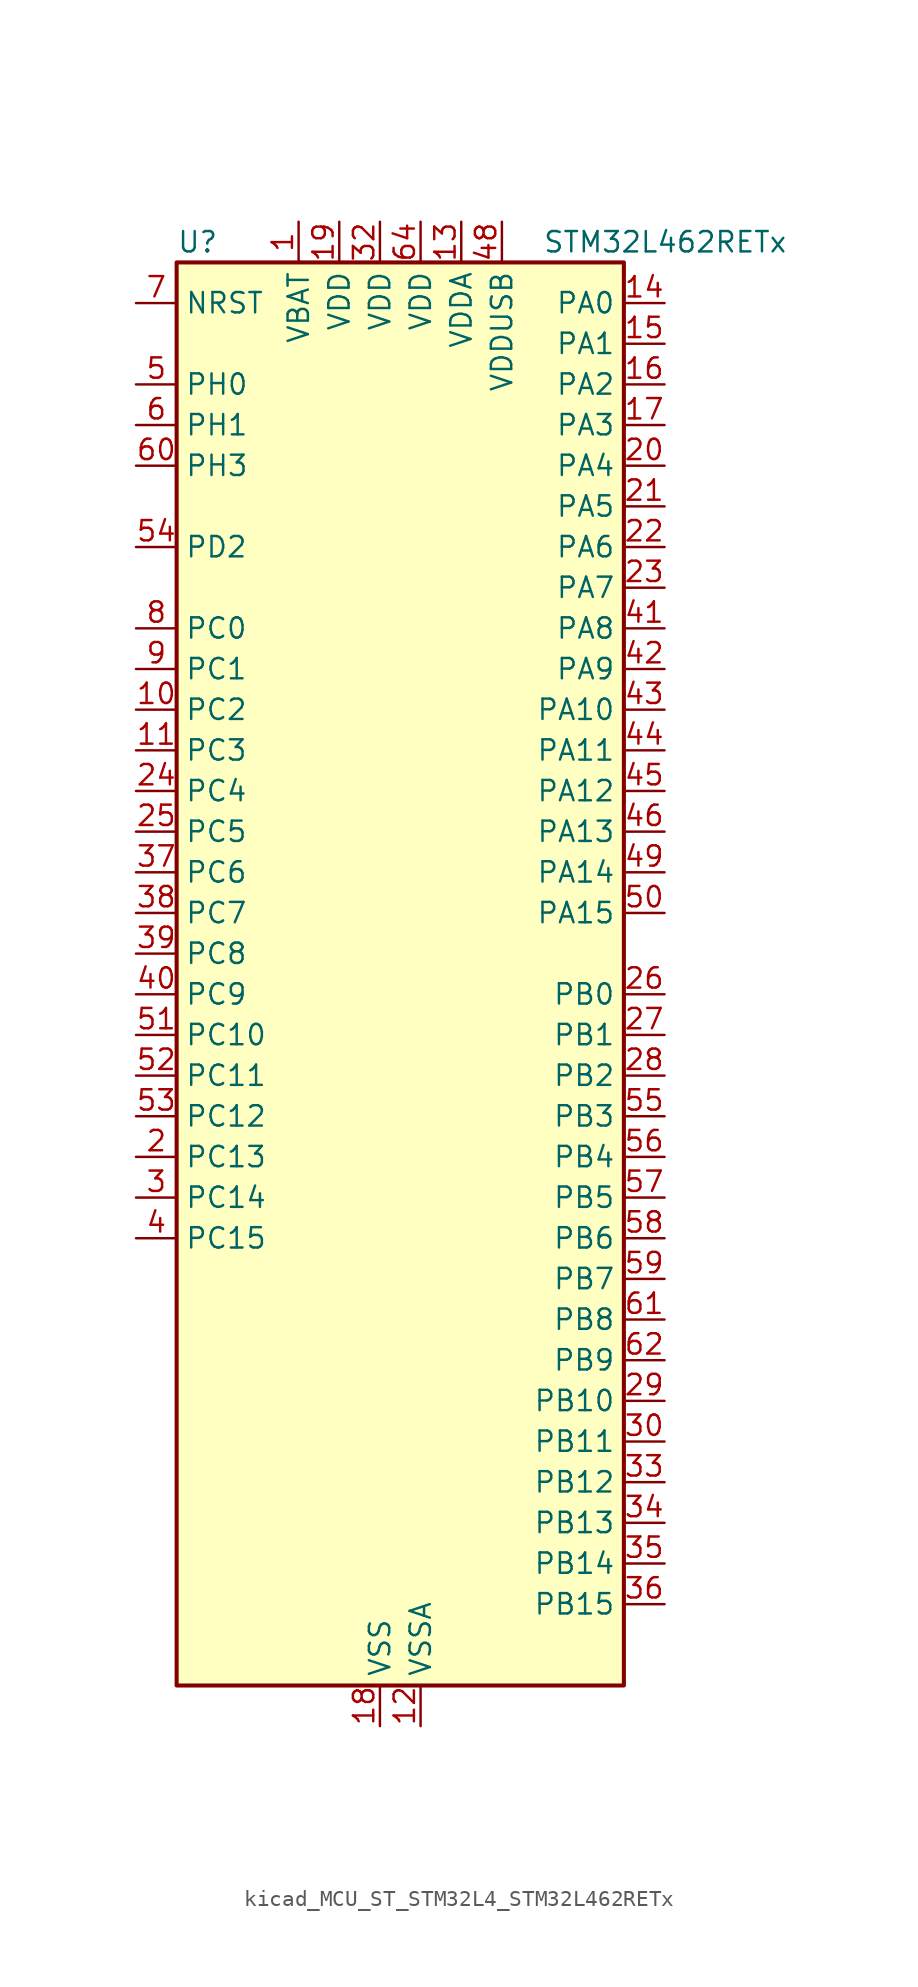
<source format=kicad_sym>
(kicad_symbol_lib
  (version 20220914)
  (generator kicad_symbol_editor)
  (symbol "kicad_MCU_ST_STM32L4_STM32L462RETx"
    (property "Reference" "U"
      (at -12.7 46.99 0)
      (effects (font (size 1.27 1.27)) (justify left)))
    (property "Value" "STM32L462RETx"
      (at 10.16 46.99 0)
      (effects (font (size 1.27 1.27)) (justify left)))
    (property "ki_locked" ""
      (at 0 0 0)
      (effects (font (size 1.27 1.27))))
    (symbol "kicad_MCU_ST_STM32L4_STM32L462RETx_0_1"
      (rectangle (start -12.7 -43.18) (end 15.24 45.72) (stroke (width 0.254) (type default)) (fill (type background))))
    (symbol "kicad_MCU_ST_STM32L4_STM32L462RETx_1_1"
      (pin power_in line (at -5.08 48.26 270) (length 2.54) (name "VBAT" (effects (font (size 1.27 1.27)))) (number "1" (effects (font (size 1.27 1.27)))))
      (pin bidirectional line (at -15.24 17.78 0) (length 2.54) (name "PC2" (effects (font (size 1.27 1.27)))) (number "10" (effects (font (size 1.27 1.27)))) (alternate "ADC1_IN3" bidirectional line) (alternate "DFSDM1_CKOUT" bidirectional line) (alternate "LPTIM1_IN2" bidirectional line) (alternate "SPI2_MISO" bidirectional line))
      (pin bidirectional line (at -15.24 15.24 0) (length 2.54) (name "PC3" (effects (font (size 1.27 1.27)))) (number "11" (effects (font (size 1.27 1.27)))) (alternate "ADC1_IN4" bidirectional line) (alternate "LPTIM1_ETR" bidirectional line) (alternate "LPTIM2_ETR" bidirectional line) (alternate "SAI1_SD_A" bidirectional line) (alternate "SPI2_MOSI" bidirectional line))
      (pin power_in line (at 2.54 -45.72 90) (length 2.54) (name "VSSA" (effects (font (size 1.27 1.27)))) (number "12" (effects (font (size 1.27 1.27)))))
      (pin power_in line (at 5.08 48.26 270) (length 2.54) (name "VDDA" (effects (font (size 1.27 1.27)))) (number "13" (effects (font (size 1.27 1.27)))))
      (pin bidirectional line (at 17.78 43.18 180) (length 2.54) (name "PA0" (effects (font (size 1.27 1.27)))) (number "14" (effects (font (size 1.27 1.27)))) (alternate "ADC1_IN5" bidirectional line) (alternate "COMP1_INM" bidirectional line) (alternate "COMP1_OUT" bidirectional line) (alternate "OPAMP1_VINP" bidirectional line) (alternate "RTC_TAMP2" bidirectional line) (alternate "SAI1_EXTCLK" bidirectional line) (alternate "SYS_WKUP1" bidirectional line) (alternate "TIM2_CH1" bidirectional line) (alternate "TIM2_ETR" bidirectional line) (alternate "UART4_TX" bidirectional line) (alternate "USART2_CTS" bidirectional line))
      (pin bidirectional line (at 17.78 40.64 180) (length 2.54) (name "PA1" (effects (font (size 1.27 1.27)))) (number "15" (effects (font (size 1.27 1.27)))) (alternate "ADC1_IN6" bidirectional line) (alternate "COMP1_INP" bidirectional line) (alternate "I2C1_SMBA" bidirectional line) (alternate "OPAMP1_VINM" bidirectional line) (alternate "SPI1_SCK" bidirectional line) (alternate "TIM15_CH1N" bidirectional line) (alternate "TIM2_CH2" bidirectional line) (alternate "UART4_RX" bidirectional line) (alternate "USART2_DE" bidirectional line) (alternate "USART2_RTS" bidirectional line))
      (pin bidirectional line (at 17.78 38.1 180) (length 2.54) (name "PA2" (effects (font (size 1.27 1.27)))) (number "16" (effects (font (size 1.27 1.27)))) (alternate "ADC1_IN7" bidirectional line) (alternate "COMP2_INM" bidirectional line) (alternate "COMP2_OUT" bidirectional line) (alternate "LPUART1_TX" bidirectional line) (alternate "QUADSPI_BK1_NCS" bidirectional line) (alternate "RCC_LSCO" bidirectional line) (alternate "SYS_WKUP4" bidirectional line) (alternate "TIM15_CH1" bidirectional line) (alternate "TIM2_CH3" bidirectional line) (alternate "USART2_TX" bidirectional line))
      (pin bidirectional line (at 17.78 35.56 180) (length 2.54) (name "PA3" (effects (font (size 1.27 1.27)))) (number "17" (effects (font (size 1.27 1.27)))) (alternate "ADC1_IN8" bidirectional line) (alternate "COMP2_INP" bidirectional line) (alternate "LPUART1_RX" bidirectional line) (alternate "OPAMP1_VOUT" bidirectional line) (alternate "QUADSPI_CLK" bidirectional line) (alternate "SAI1_MCLK_A" bidirectional line) (alternate "TIM15_CH2" bidirectional line) (alternate "TIM2_CH4" bidirectional line) (alternate "USART2_RX" bidirectional line))
      (pin power_in line (at 0 -45.72 90) (length 2.54) (name "VSS" (effects (font (size 1.27 1.27)))) (number "18" (effects (font (size 1.27 1.27)))))
      (pin power_in line (at -2.54 48.26 270) (length 2.54) (name "VDD" (effects (font (size 1.27 1.27)))) (number "19" (effects (font (size 1.27 1.27)))))
      (pin bidirectional line (at -15.24 -10.16 0) (length 2.54) (name "PC13" (effects (font (size 1.27 1.27)))) (number "2" (effects (font (size 1.27 1.27)))) (alternate "RTC_OUT_ALARM" bidirectional line) (alternate "RTC_OUT_CALIB" bidirectional line) (alternate "RTC_TAMP1" bidirectional line) (alternate "RTC_TS" bidirectional line) (alternate "SYS_WKUP2" bidirectional line))
      (pin bidirectional line (at 17.78 33.02 180) (length 2.54) (name "PA4" (effects (font (size 1.27 1.27)))) (number "20" (effects (font (size 1.27 1.27)))) (alternate "ADC1_IN9" bidirectional line) (alternate "COMP1_INM" bidirectional line) (alternate "COMP2_INM" bidirectional line) (alternate "DAC1_OUT1" bidirectional line) (alternate "LPTIM2_OUT" bidirectional line) (alternate "SAI1_FS_B" bidirectional line) (alternate "SPI1_NSS" bidirectional line) (alternate "SPI3_NSS" bidirectional line) (alternate "USART2_CK" bidirectional line))
      (pin bidirectional line (at 17.78 30.48 180) (length 2.54) (name "PA5" (effects (font (size 1.27 1.27)))) (number "21" (effects (font (size 1.27 1.27)))) (alternate "ADC1_IN10" bidirectional line) (alternate "COMP1_INM" bidirectional line) (alternate "COMP2_INM" bidirectional line) (alternate "DFSDM1_CKOUT" bidirectional line) (alternate "LPTIM2_ETR" bidirectional line) (alternate "SPI1_SCK" bidirectional line) (alternate "TIM2_CH1" bidirectional line) (alternate "TIM2_ETR" bidirectional line))
      (pin bidirectional line (at 17.78 27.94 180) (length 2.54) (name "PA6" (effects (font (size 1.27 1.27)))) (number "22" (effects (font (size 1.27 1.27)))) (alternate "ADC1_IN11" bidirectional line) (alternate "COMP1_OUT" bidirectional line) (alternate "LPUART1_CTS" bidirectional line) (alternate "QUADSPI_BK1_IO3" bidirectional line) (alternate "SPI1_MISO" bidirectional line) (alternate "TIM16_CH1" bidirectional line) (alternate "TIM1_BKIN" bidirectional line) (alternate "TIM1_BKIN_COMP2" bidirectional line) (alternate "TIM3_CH1" bidirectional line) (alternate "USART3_CTS" bidirectional line))
      (pin bidirectional line (at 17.78 25.4 180) (length 2.54) (name "PA7" (effects (font (size 1.27 1.27)))) (number "23" (effects (font (size 1.27 1.27)))) (alternate "ADC1_IN12" bidirectional line) (alternate "COMP2_OUT" bidirectional line) (alternate "DFSDM1_DATIN0" bidirectional line) (alternate "I2C3_SCL" bidirectional line) (alternate "QUADSPI_BK1_IO2" bidirectional line) (alternate "SPI1_MOSI" bidirectional line) (alternate "TIM1_CH1N" bidirectional line) (alternate "TIM3_CH2" bidirectional line))
      (pin bidirectional line (at -15.24 12.7 0) (length 2.54) (name "PC4" (effects (font (size 1.27 1.27)))) (number "24" (effects (font (size 1.27 1.27)))) (alternate "ADC1_IN13" bidirectional line) (alternate "COMP1_INM" bidirectional line) (alternate "USART3_TX" bidirectional line))
      (pin bidirectional line (at -15.24 10.16 0) (length 2.54) (name "PC5" (effects (font (size 1.27 1.27)))) (number "25" (effects (font (size 1.27 1.27)))) (alternate "ADC1_IN14" bidirectional line) (alternate "COMP1_INP" bidirectional line) (alternate "SYS_WKUP5" bidirectional line) (alternate "USART3_RX" bidirectional line))
      (pin bidirectional line (at 17.78 0 180) (length 2.54) (name "PB0" (effects (font (size 1.27 1.27)))) (number "26" (effects (font (size 1.27 1.27)))) (alternate "ADC1_IN15" bidirectional line) (alternate "COMP1_OUT" bidirectional line) (alternate "DFSDM1_CKIN0" bidirectional line) (alternate "QUADSPI_BK1_IO1" bidirectional line) (alternate "SAI1_EXTCLK" bidirectional line) (alternate "SPI1_NSS" bidirectional line) (alternate "TIM1_CH2N" bidirectional line) (alternate "TIM3_CH3" bidirectional line) (alternate "USART3_CK" bidirectional line))
      (pin bidirectional line (at 17.78 -2.54 180) (length 2.54) (name "PB1" (effects (font (size 1.27 1.27)))) (number "27" (effects (font (size 1.27 1.27)))) (alternate "ADC1_IN16" bidirectional line) (alternate "COMP1_INM" bidirectional line) (alternate "DFSDM1_DATIN0" bidirectional line) (alternate "LPTIM2_IN1" bidirectional line) (alternate "LPUART1_DE" bidirectional line) (alternate "LPUART1_RTS" bidirectional line) (alternate "QUADSPI_BK1_IO0" bidirectional line) (alternate "TIM1_CH3N" bidirectional line) (alternate "TIM3_CH4" bidirectional line) (alternate "USART3_DE" bidirectional line) (alternate "USART3_RTS" bidirectional line))
      (pin bidirectional line (at 17.78 -5.08 180) (length 2.54) (name "PB2" (effects (font (size 1.27 1.27)))) (number "28" (effects (font (size 1.27 1.27)))) (alternate "COMP1_INP" bidirectional line) (alternate "DFSDM1_CKIN0" bidirectional line) (alternate "I2C3_SMBA" bidirectional line) (alternate "LPTIM1_OUT" bidirectional line) (alternate "RTC_OUT_ALARM" bidirectional line) (alternate "RTC_OUT_CALIB" bidirectional line))
      (pin bidirectional line (at 17.78 -25.4 180) (length 2.54) (name "PB10" (effects (font (size 1.27 1.27)))) (number "29" (effects (font (size 1.27 1.27)))) (alternate "COMP1_OUT" bidirectional line) (alternate "I2C2_SCL" bidirectional line) (alternate "I2C4_SCL" bidirectional line) (alternate "LPUART1_RX" bidirectional line) (alternate "QUADSPI_CLK" bidirectional line) (alternate "SAI1_SCK_A" bidirectional line) (alternate "SPI2_SCK" bidirectional line) (alternate "TIM2_CH3" bidirectional line) (alternate "TSC_SYNC" bidirectional line) (alternate "USART3_TX" bidirectional line))
      (pin bidirectional line (at -15.24 -12.7 0) (length 2.54) (name "PC14" (effects (font (size 1.27 1.27)))) (number "3" (effects (font (size 1.27 1.27)))) (alternate "RCC_OSC32_IN" bidirectional line))
      (pin bidirectional line (at 17.78 -27.94 180) (length 2.54) (name "PB11" (effects (font (size 1.27 1.27)))) (number "30" (effects (font (size 1.27 1.27)))) (alternate "ADC1_EXTI11" bidirectional line) (alternate "COMP2_OUT" bidirectional line) (alternate "I2C2_SDA" bidirectional line) (alternate "I2C4_SDA" bidirectional line) (alternate "LPUART1_TX" bidirectional line) (alternate "QUADSPI_BK1_NCS" bidirectional line) (alternate "TIM2_CH4" bidirectional line) (alternate "USART3_RX" bidirectional line))
      (pin passive line (at 0 -45.72 90) (length 2.54) hide (name "VSS" (effects (font (size 1.27 1.27)))) (number "31" (effects (font (size 1.27 1.27)))))
      (pin power_in line (at 0 48.26 270) (length 2.54) (name "VDD" (effects (font (size 1.27 1.27)))) (number "32" (effects (font (size 1.27 1.27)))))
      (pin bidirectional line (at 17.78 -30.48 180) (length 2.54) (name "PB12" (effects (font (size 1.27 1.27)))) (number "33" (effects (font (size 1.27 1.27)))) (alternate "CAN1_RX" bidirectional line) (alternate "DFSDM1_DATIN1" bidirectional line) (alternate "I2C2_SMBA" bidirectional line) (alternate "LPUART1_DE" bidirectional line) (alternate "LPUART1_RTS" bidirectional line) (alternate "SAI1_FS_A" bidirectional line) (alternate "SPI2_NSS" bidirectional line) (alternate "TIM15_BKIN" bidirectional line) (alternate "TIM1_BKIN" bidirectional line) (alternate "TIM1_BKIN_COMP2" bidirectional line) (alternate "TSC_G1_IO1" bidirectional line) (alternate "USART3_CK" bidirectional line))
      (pin bidirectional line (at 17.78 -33.02 180) (length 2.54) (name "PB13" (effects (font (size 1.27 1.27)))) (number "34" (effects (font (size 1.27 1.27)))) (alternate "CAN1_TX" bidirectional line) (alternate "DFSDM1_CKIN1" bidirectional line) (alternate "I2C2_SCL" bidirectional line) (alternate "LPUART1_CTS" bidirectional line) (alternate "SAI1_SCK_A" bidirectional line) (alternate "SPI2_SCK" bidirectional line) (alternate "TIM15_CH1N" bidirectional line) (alternate "TIM1_CH1N" bidirectional line) (alternate "TSC_G1_IO2" bidirectional line) (alternate "USART3_CTS" bidirectional line))
      (pin bidirectional line (at 17.78 -35.56 180) (length 2.54) (name "PB14" (effects (font (size 1.27 1.27)))) (number "35" (effects (font (size 1.27 1.27)))) (alternate "DFSDM1_DATIN2" bidirectional line) (alternate "I2C2_SDA" bidirectional line) (alternate "SAI1_MCLK_A" bidirectional line) (alternate "SPI2_MISO" bidirectional line) (alternate "TIM15_CH1" bidirectional line) (alternate "TIM1_CH2N" bidirectional line) (alternate "TSC_G1_IO3" bidirectional line) (alternate "USART3_DE" bidirectional line) (alternate "USART3_RTS" bidirectional line))
      (pin bidirectional line (at 17.78 -38.1 180) (length 2.54) (name "PB15" (effects (font (size 1.27 1.27)))) (number "36" (effects (font (size 1.27 1.27)))) (alternate "ADC1_EXTI15" bidirectional line) (alternate "DFSDM1_CKIN2" bidirectional line) (alternate "RTC_REFIN" bidirectional line) (alternate "SAI1_SD_A" bidirectional line) (alternate "SPI2_MOSI" bidirectional line) (alternate "TIM15_CH2" bidirectional line) (alternate "TIM1_CH3N" bidirectional line) (alternate "TSC_G1_IO4" bidirectional line))
      (pin bidirectional line (at -15.24 7.62 0) (length 2.54) (name "PC6" (effects (font (size 1.27 1.27)))) (number "37" (effects (font (size 1.27 1.27)))) (alternate "DFSDM1_CKIN3" bidirectional line) (alternate "SDMMC1_D6" bidirectional line) (alternate "TIM3_CH1" bidirectional line) (alternate "TSC_G4_IO1" bidirectional line))
      (pin bidirectional line (at -15.24 5.08 0) (length 2.54) (name "PC7" (effects (font (size 1.27 1.27)))) (number "38" (effects (font (size 1.27 1.27)))) (alternate "DFSDM1_DATIN3" bidirectional line) (alternate "SDMMC1_D7" bidirectional line) (alternate "TIM3_CH2" bidirectional line) (alternate "TSC_G4_IO2" bidirectional line))
      (pin bidirectional line (at -15.24 2.54 0) (length 2.54) (name "PC8" (effects (font (size 1.27 1.27)))) (number "39" (effects (font (size 1.27 1.27)))) (alternate "SDMMC1_D0" bidirectional line) (alternate "TIM3_CH3" bidirectional line) (alternate "TSC_G4_IO3" bidirectional line))
      (pin bidirectional line (at -15.24 -15.24 0) (length 2.54) (name "PC15" (effects (font (size 1.27 1.27)))) (number "4" (effects (font (size 1.27 1.27)))) (alternate "ADC1_EXTI15" bidirectional line) (alternate "RCC_OSC32_OUT" bidirectional line))
      (pin bidirectional line (at -15.24 0 0) (length 2.54) (name "PC9" (effects (font (size 1.27 1.27)))) (number "40" (effects (font (size 1.27 1.27)))) (alternate "DAC1_EXTI9" bidirectional line) (alternate "SDMMC1_D1" bidirectional line) (alternate "TIM3_CH4" bidirectional line) (alternate "TSC_G4_IO4" bidirectional line) (alternate "USB_NOE" bidirectional line))
      (pin bidirectional line (at 17.78 22.86 180) (length 2.54) (name "PA8" (effects (font (size 1.27 1.27)))) (number "41" (effects (font (size 1.27 1.27)))) (alternate "DFSDM1_CKIN1" bidirectional line) (alternate "LPTIM2_OUT" bidirectional line) (alternate "RCC_MCO" bidirectional line) (alternate "SAI1_SCK_A" bidirectional line) (alternate "TIM1_CH1" bidirectional line) (alternate "USART1_CK" bidirectional line))
      (pin bidirectional line (at 17.78 20.32 180) (length 2.54) (name "PA9" (effects (font (size 1.27 1.27)))) (number "42" (effects (font (size 1.27 1.27)))) (alternate "DAC1_EXTI9" bidirectional line) (alternate "DFSDM1_DATIN1" bidirectional line) (alternate "I2C1_SCL" bidirectional line) (alternate "SAI1_FS_A" bidirectional line) (alternate "TIM15_BKIN" bidirectional line) (alternate "TIM1_CH2" bidirectional line) (alternate "USART1_TX" bidirectional line))
      (pin bidirectional line (at 17.78 17.78 180) (length 2.54) (name "PA10" (effects (font (size 1.27 1.27)))) (number "43" (effects (font (size 1.27 1.27)))) (alternate "CRS_SYNC" bidirectional line) (alternate "I2C1_SDA" bidirectional line) (alternate "SAI1_SD_A" bidirectional line) (alternate "TIM1_CH3" bidirectional line) (alternate "USART1_RX" bidirectional line))
      (pin bidirectional line (at 17.78 15.24 180) (length 2.54) (name "PA11" (effects (font (size 1.27 1.27)))) (number "44" (effects (font (size 1.27 1.27)))) (alternate "ADC1_EXTI11" bidirectional line) (alternate "CAN1_RX" bidirectional line) (alternate "COMP1_OUT" bidirectional line) (alternate "SPI1_MISO" bidirectional line) (alternate "TIM1_BKIN2" bidirectional line) (alternate "TIM1_BKIN2_COMP1" bidirectional line) (alternate "TIM1_CH4" bidirectional line) (alternate "USART1_CTS" bidirectional line) (alternate "USB_DM" bidirectional line))
      (pin bidirectional line (at 17.78 12.7 180) (length 2.54) (name "PA12" (effects (font (size 1.27 1.27)))) (number "45" (effects (font (size 1.27 1.27)))) (alternate "CAN1_TX" bidirectional line) (alternate "SPI1_MOSI" bidirectional line) (alternate "TIM1_ETR" bidirectional line) (alternate "USART1_DE" bidirectional line) (alternate "USART1_RTS" bidirectional line) (alternate "USB_DP" bidirectional line))
      (pin bidirectional line (at 17.78 10.16 180) (length 2.54) (name "PA13" (effects (font (size 1.27 1.27)))) (number "46" (effects (font (size 1.27 1.27)))) (alternate "IR_OUT" bidirectional line) (alternate "SAI1_SD_B" bidirectional line) (alternate "SYS_JTMS-SWDIO" bidirectional line) (alternate "USB_NOE" bidirectional line))
      (pin passive line (at 0 -45.72 90) (length 2.54) hide (name "VSS" (effects (font (size 1.27 1.27)))) (number "47" (effects (font (size 1.27 1.27)))))
      (pin power_in line (at 7.62 48.26 270) (length 2.54) (name "VDDUSB" (effects (font (size 1.27 1.27)))) (number "48" (effects (font (size 1.27 1.27)))))
      (pin bidirectional line (at 17.78 7.62 180) (length 2.54) (name "PA14" (effects (font (size 1.27 1.27)))) (number "49" (effects (font (size 1.27 1.27)))) (alternate "I2C1_SMBA" bidirectional line) (alternate "I2C4_SMBA" bidirectional line) (alternate "LPTIM1_OUT" bidirectional line) (alternate "SAI1_FS_B" bidirectional line) (alternate "SYS_JTCK-SWCLK" bidirectional line))
      (pin bidirectional line (at -15.24 38.1 0) (length 2.54) (name "PH0" (effects (font (size 1.27 1.27)))) (number "5" (effects (font (size 1.27 1.27)))) (alternate "RCC_OSC_IN" bidirectional line))
      (pin bidirectional line (at 17.78 5.08 180) (length 2.54) (name "PA15" (effects (font (size 1.27 1.27)))) (number "50" (effects (font (size 1.27 1.27)))) (alternate "ADC1_EXTI15" bidirectional line) (alternate "SPI1_NSS" bidirectional line) (alternate "SPI3_NSS" bidirectional line) (alternate "SYS_JTDI" bidirectional line) (alternate "TIM2_CH1" bidirectional line) (alternate "TIM2_ETR" bidirectional line) (alternate "TSC_G3_IO1" bidirectional line) (alternate "UART4_DE" bidirectional line) (alternate "UART4_RTS" bidirectional line) (alternate "USART2_RX" bidirectional line) (alternate "USART3_DE" bidirectional line) (alternate "USART3_RTS" bidirectional line))
      (pin bidirectional line (at -15.24 -2.54 0) (length 2.54) (name "PC10" (effects (font (size 1.27 1.27)))) (number "51" (effects (font (size 1.27 1.27)))) (alternate "SDMMC1_D2" bidirectional line) (alternate "SPI3_SCK" bidirectional line) (alternate "SYS_TRACED1" bidirectional line) (alternate "TSC_G3_IO2" bidirectional line) (alternate "UART4_TX" bidirectional line) (alternate "USART3_TX" bidirectional line))
      (pin bidirectional line (at -15.24 -5.08 0) (length 2.54) (name "PC11" (effects (font (size 1.27 1.27)))) (number "52" (effects (font (size 1.27 1.27)))) (alternate "ADC1_EXTI11" bidirectional line) (alternate "SDMMC1_D3" bidirectional line) (alternate "SPI3_MISO" bidirectional line) (alternate "TSC_G3_IO3" bidirectional line) (alternate "UART4_RX" bidirectional line) (alternate "USART3_RX" bidirectional line))
      (pin bidirectional line (at -15.24 -7.62 0) (length 2.54) (name "PC12" (effects (font (size 1.27 1.27)))) (number "53" (effects (font (size 1.27 1.27)))) (alternate "SDMMC1_CK" bidirectional line) (alternate "SPI3_MOSI" bidirectional line) (alternate "SYS_TRACED3" bidirectional line) (alternate "TSC_G3_IO4" bidirectional line) (alternate "USART3_CK" bidirectional line))
      (pin bidirectional line (at -15.24 27.94 0) (length 2.54) (name "PD2" (effects (font (size 1.27 1.27)))) (number "54" (effects (font (size 1.27 1.27)))) (alternate "SDMMC1_CMD" bidirectional line) (alternate "SYS_TRACED2" bidirectional line) (alternate "TIM3_ETR" bidirectional line) (alternate "TSC_SYNC" bidirectional line) (alternate "USART3_DE" bidirectional line) (alternate "USART3_RTS" bidirectional line))
      (pin bidirectional line (at 17.78 -7.62 180) (length 2.54) (name "PB3" (effects (font (size 1.27 1.27)))) (number "55" (effects (font (size 1.27 1.27)))) (alternate "COMP2_INM" bidirectional line) (alternate "SAI1_SCK_B" bidirectional line) (alternate "SPI1_SCK" bidirectional line) (alternate "SPI3_SCK" bidirectional line) (alternate "SYS_JTDO-SWO" bidirectional line) (alternate "TIM2_CH2" bidirectional line) (alternate "USART1_DE" bidirectional line) (alternate "USART1_RTS" bidirectional line))
      (pin bidirectional line (at 17.78 -10.16 180) (length 2.54) (name "PB4" (effects (font (size 1.27 1.27)))) (number "56" (effects (font (size 1.27 1.27)))) (alternate "COMP2_INP" bidirectional line) (alternate "I2C3_SDA" bidirectional line) (alternate "SAI1_MCLK_B" bidirectional line) (alternate "SPI1_MISO" bidirectional line) (alternate "SPI3_MISO" bidirectional line) (alternate "SYS_JTRST" bidirectional line) (alternate "TIM3_CH1" bidirectional line) (alternate "TSC_G2_IO1" bidirectional line) (alternate "USART1_CTS" bidirectional line))
      (pin bidirectional line (at 17.78 -12.7 180) (length 2.54) (name "PB5" (effects (font (size 1.27 1.27)))) (number "57" (effects (font (size 1.27 1.27)))) (alternate "CAN1_RX" bidirectional line) (alternate "COMP2_OUT" bidirectional line) (alternate "I2C1_SMBA" bidirectional line) (alternate "LPTIM1_IN1" bidirectional line) (alternate "SAI1_SD_B" bidirectional line) (alternate "SPI1_MOSI" bidirectional line) (alternate "SPI3_MOSI" bidirectional line) (alternate "TIM16_BKIN" bidirectional line) (alternate "TIM3_CH2" bidirectional line) (alternate "TSC_G2_IO2" bidirectional line) (alternate "USART1_CK" bidirectional line))
      (pin bidirectional line (at 17.78 -15.24 180) (length 2.54) (name "PB6" (effects (font (size 1.27 1.27)))) (number "58" (effects (font (size 1.27 1.27)))) (alternate "CAN1_TX" bidirectional line) (alternate "COMP2_INP" bidirectional line) (alternate "I2C1_SCL" bidirectional line) (alternate "I2C4_SCL" bidirectional line) (alternate "LPTIM1_ETR" bidirectional line) (alternate "SAI1_FS_B" bidirectional line) (alternate "TIM16_CH1N" bidirectional line) (alternate "TSC_G2_IO3" bidirectional line) (alternate "USART1_TX" bidirectional line))
      (pin bidirectional line (at 17.78 -17.78 180) (length 2.54) (name "PB7" (effects (font (size 1.27 1.27)))) (number "59" (effects (font (size 1.27 1.27)))) (alternate "COMP2_INM" bidirectional line) (alternate "I2C1_SDA" bidirectional line) (alternate "I2C4_SDA" bidirectional line) (alternate "LPTIM1_IN2" bidirectional line) (alternate "SYS_PVD_IN" bidirectional line) (alternate "TSC_G2_IO4" bidirectional line) (alternate "UART4_CTS" bidirectional line) (alternate "USART1_RX" bidirectional line))
      (pin bidirectional line (at -15.24 35.56 0) (length 2.54) (name "PH1" (effects (font (size 1.27 1.27)))) (number "6" (effects (font (size 1.27 1.27)))) (alternate "RCC_OSC_OUT" bidirectional line))
      (pin bidirectional line (at -15.24 33.02 0) (length 2.54) (name "PH3" (effects (font (size 1.27 1.27)))) (number "60" (effects (font (size 1.27 1.27)))))
      (pin bidirectional line (at 17.78 -20.32 180) (length 2.54) (name "PB8" (effects (font (size 1.27 1.27)))) (number "61" (effects (font (size 1.27 1.27)))) (alternate "CAN1_RX" bidirectional line) (alternate "I2C1_SCL" bidirectional line) (alternate "SAI1_MCLK_A" bidirectional line) (alternate "SDMMC1_D4" bidirectional line) (alternate "TIM16_CH1" bidirectional line))
      (pin bidirectional line (at 17.78 -22.86 180) (length 2.54) (name "PB9" (effects (font (size 1.27 1.27)))) (number "62" (effects (font (size 1.27 1.27)))) (alternate "CAN1_TX" bidirectional line) (alternate "DAC1_EXTI9" bidirectional line) (alternate "I2C1_SDA" bidirectional line) (alternate "IR_OUT" bidirectional line) (alternate "SAI1_FS_A" bidirectional line) (alternate "SDMMC1_D5" bidirectional line) (alternate "SPI2_NSS" bidirectional line))
      (pin passive line (at 0 -45.72 90) (length 2.54) hide (name "VSS" (effects (font (size 1.27 1.27)))) (number "63" (effects (font (size 1.27 1.27)))))
      (pin power_in line (at 2.54 48.26 270) (length 2.54) (name "VDD" (effects (font (size 1.27 1.27)))) (number "64" (effects (font (size 1.27 1.27)))))
      (pin input line (at -15.24 43.18 0) (length 2.54) (name "NRST" (effects (font (size 1.27 1.27)))) (number "7" (effects (font (size 1.27 1.27)))))
      (pin bidirectional line (at -15.24 22.86 0) (length 2.54) (name "PC0" (effects (font (size 1.27 1.27)))) (number "8" (effects (font (size 1.27 1.27)))) (alternate "ADC1_IN1" bidirectional line) (alternate "I2C3_SCL" bidirectional line) (alternate "I2C4_SCL" bidirectional line) (alternate "LPTIM1_IN1" bidirectional line) (alternate "LPTIM2_IN1" bidirectional line) (alternate "LPUART1_RX" bidirectional line))
      (pin bidirectional line (at -15.24 20.32 0) (length 2.54) (name "PC1" (effects (font (size 1.27 1.27)))) (number "9" (effects (font (size 1.27 1.27)))) (alternate "ADC1_IN2" bidirectional line) (alternate "I2C3_SDA" bidirectional line) (alternate "I2C4_SDA" bidirectional line) (alternate "LPTIM1_OUT" bidirectional line) (alternate "LPUART1_TX" bidirectional line) (alternate "SYS_TRACED0" bidirectional line)))))
</source>
